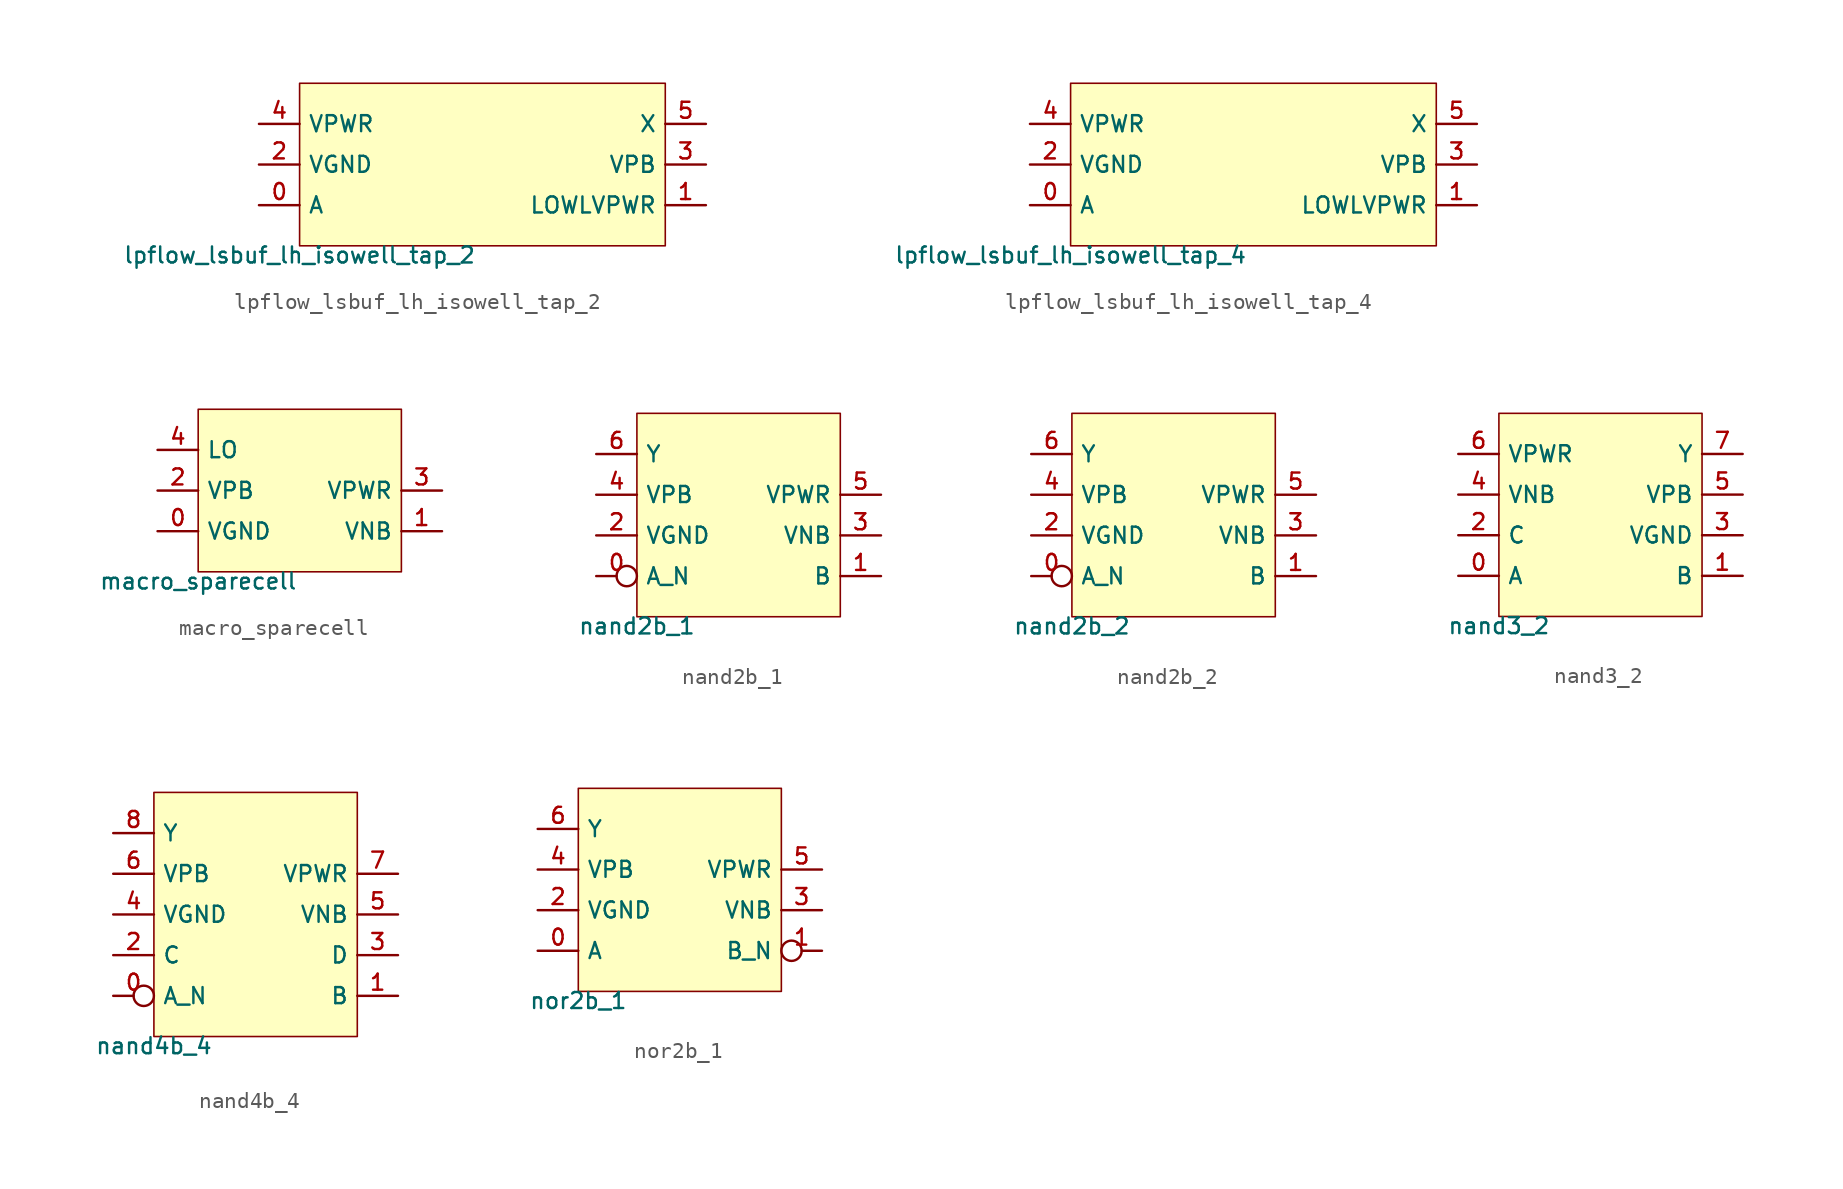
<source format=kicad_sym>
(kicad_symbol_lib
  (version 20211014)
  (generator pdk2kicad)
  (symbol "lpflow_lsbuf_lh_isowell_tap_2"
    (property "Reference" "X"
      (at 0 0 0)
      (effects (font (size 1 1)) hide))
    (property "Value" "lpflow_lsbuf_lh_isowell_tap_2"
      (at -11.43 -5.08 0)
      (effects (font (size 1 1)) (justify top)))
    (rectangle
      (start -11.43 -5.08)
      (end 11.43 5.08)
      (stroke (width 0.1) (type solid) (color 0 0 0 0))
      (fill (type background)))
    (pin bidirectional line
      (at -13.97 -2.54 0)
      (length 2.54)
      (name "A" (effects (font (size 1 1)) hide))
      (number "0" (effects (font (size 1 1)) hide)))
    (pin bidirectional line
      (at 13.97 -2.54 180)
      (length 2.54)
      (name "LOWLVPWR" (effects (font (size 1 1)) hide))
      (number "1" (effects (font (size 1 1)) hide)))
    (pin bidirectional line
      (at -13.97 0.0 0)
      (length 2.54)
      (name "VGND" (effects (font (size 1 1)) hide))
      (number "2" (effects (font (size 1 1)) hide)))
    (pin bidirectional line
      (at 13.97 0.0 180)
      (length 2.54)
      (name "VPB" (effects (font (size 1 1)) hide))
      (number "3" (effects (font (size 1 1)) hide)))
    (pin bidirectional line
      (at -13.97 2.54 0)
      (length 2.54)
      (name "VPWR" (effects (font (size 1 1)) hide))
      (number "4" (effects (font (size 1 1)) hide)))
    (pin bidirectional line
      (at 13.97 2.54 180)
      (length 2.54)
      (name "X" (effects (font (size 1 1)) hide))
      (number "5" (effects (font (size 1 1)) hide))))
  (symbol "lpflow_lsbuf_lh_isowell_tap_4"
    (property "Reference" "X"
      (at 0 0 0)
      (effects (font (size 1 1)) hide))
    (property "Value" "lpflow_lsbuf_lh_isowell_tap_4"
      (at -11.43 -5.08 0)
      (effects (font (size 1 1)) (justify top)))
    (rectangle
      (start -11.43 -5.08)
      (end 11.43 5.08)
      (stroke (width 0.1) (type solid) (color 0 0 0 0))
      (fill (type background)))
    (pin bidirectional line
      (at -13.97 -2.54 0)
      (length 2.54)
      (name "A" (effects (font (size 1 1)) hide))
      (number "0" (effects (font (size 1 1)) hide)))
    (pin bidirectional line
      (at 13.97 -2.54 180)
      (length 2.54)
      (name "LOWLVPWR" (effects (font (size 1 1)) hide))
      (number "1" (effects (font (size 1 1)) hide)))
    (pin bidirectional line
      (at -13.97 0.0 0)
      (length 2.54)
      (name "VGND" (effects (font (size 1 1)) hide))
      (number "2" (effects (font (size 1 1)) hide)))
    (pin bidirectional line
      (at 13.97 0.0 180)
      (length 2.54)
      (name "VPB" (effects (font (size 1 1)) hide))
      (number "3" (effects (font (size 1 1)) hide)))
    (pin bidirectional line
      (at -13.97 2.54 0)
      (length 2.54)
      (name "VPWR" (effects (font (size 1 1)) hide))
      (number "4" (effects (font (size 1 1)) hide)))
    (pin bidirectional line
      (at 13.97 2.54 180)
      (length 2.54)
      (name "X" (effects (font (size 1 1)) hide))
      (number "5" (effects (font (size 1 1)) hide))))
  (symbol "macro_sparecell"
    (property "Reference" "X"
      (at 0 0 0)
      (effects (font (size 1 1)) hide))
    (property "Value" "macro_sparecell"
      (at -6.35 -5.08 0)
      (effects (font (size 1 1)) (justify top)))
    (rectangle
      (start -6.35 -5.08)
      (end 6.35 5.08)
      (stroke (width 0.1) (type solid) (color 0 0 0 0))
      (fill (type background)))
    (pin bidirectional line
      (at -8.89 -2.54 0)
      (length 2.54)
      (name "VGND" (effects (font (size 1 1)) hide))
      (number "0" (effects (font (size 1 1)) hide)))
    (pin bidirectional line
      (at 8.89 -2.54 180)
      (length 2.54)
      (name "VNB" (effects (font (size 1 1)) hide))
      (number "1" (effects (font (size 1 1)) hide)))
    (pin bidirectional line
      (at -8.89 0.0 0)
      (length 2.54)
      (name "VPB" (effects (font (size 1 1)) hide))
      (number "2" (effects (font (size 1 1)) hide)))
    (pin bidirectional line
      (at 8.89 0.0 180)
      (length 2.54)
      (name "VPWR" (effects (font (size 1 1)) hide))
      (number "3" (effects (font (size 1 1)) hide)))
    (pin bidirectional line
      (at -8.89 2.54 0)
      (length 2.54)
      (name "LO" (effects (font (size 1 1)) hide))
      (number "4" (effects (font (size 1 1)) hide))))
  (symbol "nand2b_1"
    (property "Reference" "X"
      (at 0 0 0)
      (effects (font (size 1 1)) hide))
    (property "Value" "nand2b_1"
      (at -6.35 -6.35 0)
      (effects (font (size 1 1)) (justify top)))
    (rectangle
      (start -6.35 -6.35)
      (end 6.35 6.35)
      (stroke (width 0.1) (type solid) (color 0 0 0 0))
      (fill (type background)))
    (pin bidirectional inverted
      (at -8.89 -3.81 0)
      (length 2.54)
      (name "A_N" (effects (font (size 1 1)) hide))
      (number "0" (effects (font (size 1 1)) hide)))
    (pin bidirectional line
      (at 8.89 -3.81 180)
      (length 2.54)
      (name "B" (effects (font (size 1 1)) hide))
      (number "1" (effects (font (size 1 1)) hide)))
    (pin bidirectional line
      (at -8.89 -1.27 0)
      (length 2.54)
      (name "VGND" (effects (font (size 1 1)) hide))
      (number "2" (effects (font (size 1 1)) hide)))
    (pin bidirectional line
      (at 8.89 -1.27 180)
      (length 2.54)
      (name "VNB" (effects (font (size 1 1)) hide))
      (number "3" (effects (font (size 1 1)) hide)))
    (pin bidirectional line
      (at -8.89 1.27 0)
      (length 2.54)
      (name "VPB" (effects (font (size 1 1)) hide))
      (number "4" (effects (font (size 1 1)) hide)))
    (pin bidirectional line
      (at 8.89 1.27 180)
      (length 2.54)
      (name "VPWR" (effects (font (size 1 1)) hide))
      (number "5" (effects (font (size 1 1)) hide)))
    (pin bidirectional line
      (at -8.89 3.81 0)
      (length 2.54)
      (name "Y" (effects (font (size 1 1)) hide))
      (number "6" (effects (font (size 1 1)) hide))))
  (symbol "nand2b_2"
    (property "Reference" "X"
      (at 0 0 0)
      (effects (font (size 1 1)) hide))
    (property "Value" "nand2b_2"
      (at -6.35 -6.35 0)
      (effects (font (size 1 1)) (justify top)))
    (rectangle
      (start -6.35 -6.35)
      (end 6.35 6.35)
      (stroke (width 0.1) (type solid) (color 0 0 0 0))
      (fill (type background)))
    (pin bidirectional inverted
      (at -8.89 -3.81 0)
      (length 2.54)
      (name "A_N" (effects (font (size 1 1)) hide))
      (number "0" (effects (font (size 1 1)) hide)))
    (pin bidirectional line
      (at 8.89 -3.81 180)
      (length 2.54)
      (name "B" (effects (font (size 1 1)) hide))
      (number "1" (effects (font (size 1 1)) hide)))
    (pin bidirectional line
      (at -8.89 -1.27 0)
      (length 2.54)
      (name "VGND" (effects (font (size 1 1)) hide))
      (number "2" (effects (font (size 1 1)) hide)))
    (pin bidirectional line
      (at 8.89 -1.27 180)
      (length 2.54)
      (name "VNB" (effects (font (size 1 1)) hide))
      (number "3" (effects (font (size 1 1)) hide)))
    (pin bidirectional line
      (at -8.89 1.27 0)
      (length 2.54)
      (name "VPB" (effects (font (size 1 1)) hide))
      (number "4" (effects (font (size 1 1)) hide)))
    (pin bidirectional line
      (at 8.89 1.27 180)
      (length 2.54)
      (name "VPWR" (effects (font (size 1 1)) hide))
      (number "5" (effects (font (size 1 1)) hide)))
    (pin bidirectional line
      (at -8.89 3.81 0)
      (length 2.54)
      (name "Y" (effects (font (size 1 1)) hide))
      (number "6" (effects (font (size 1 1)) hide))))
  (symbol "nand3_2"
    (property "Reference" "X"
      (at 0 0 0)
      (effects (font (size 1 1)) hide))
    (property "Value" "nand3_2"
      (at -6.35 -6.35 0)
      (effects (font (size 1 1)) (justify top)))
    (rectangle
      (start -6.35 -6.35)
      (end 6.35 6.35)
      (stroke (width 0.1) (type solid) (color 0 0 0 0))
      (fill (type background)))
    (pin bidirectional line
      (at -8.89 -3.81 0)
      (length 2.54)
      (name "A" (effects (font (size 1 1)) hide))
      (number "0" (effects (font (size 1 1)) hide)))
    (pin bidirectional line
      (at 8.89 -3.81 180)
      (length 2.54)
      (name "B" (effects (font (size 1 1)) hide))
      (number "1" (effects (font (size 1 1)) hide)))
    (pin bidirectional line
      (at -8.89 -1.27 0)
      (length 2.54)
      (name "C" (effects (font (size 1 1)) hide))
      (number "2" (effects (font (size 1 1)) hide)))
    (pin bidirectional line
      (at 8.89 -1.27 180)
      (length 2.54)
      (name "VGND" (effects (font (size 1 1)) hide))
      (number "3" (effects (font (size 1 1)) hide)))
    (pin bidirectional line
      (at -8.89 1.27 0)
      (length 2.54)
      (name "VNB" (effects (font (size 1 1)) hide))
      (number "4" (effects (font (size 1 1)) hide)))
    (pin bidirectional line
      (at 8.89 1.27 180)
      (length 2.54)
      (name "VPB" (effects (font (size 1 1)) hide))
      (number "5" (effects (font (size 1 1)) hide)))
    (pin bidirectional line
      (at -8.89 3.81 0)
      (length 2.54)
      (name "VPWR" (effects (font (size 1 1)) hide))
      (number "6" (effects (font (size 1 1)) hide)))
    (pin bidirectional line
      (at 8.89 3.81 180)
      (length 2.54)
      (name "Y" (effects (font (size 1 1)) hide))
      (number "7" (effects (font (size 1 1)) hide))))
  (symbol "nand4b_4"
    (property "Reference" "X"
      (at 0 0 0)
      (effects (font (size 1 1)) hide))
    (property "Value" "nand4b_4"
      (at -6.35 -7.62 0)
      (effects (font (size 1 1)) (justify top)))
    (rectangle
      (start -6.35 -7.62)
      (end 6.35 7.62)
      (stroke (width 0.1) (type solid) (color 0 0 0 0))
      (fill (type background)))
    (pin bidirectional inverted
      (at -8.89 -5.08 0)
      (length 2.54)
      (name "A_N" (effects (font (size 1 1)) hide))
      (number "0" (effects (font (size 1 1)) hide)))
    (pin bidirectional line
      (at 8.89 -5.08 180)
      (length 2.54)
      (name "B" (effects (font (size 1 1)) hide))
      (number "1" (effects (font (size 1 1)) hide)))
    (pin bidirectional line
      (at -8.89 -2.54 0)
      (length 2.54)
      (name "C" (effects (font (size 1 1)) hide))
      (number "2" (effects (font (size 1 1)) hide)))
    (pin bidirectional line
      (at 8.89 -2.54 180)
      (length 2.54)
      (name "D" (effects (font (size 1 1)) hide))
      (number "3" (effects (font (size 1 1)) hide)))
    (pin bidirectional line
      (at -8.89 8.881784197001252e-16 0)
      (length 2.54)
      (name "VGND" (effects (font (size 1 1)) hide))
      (number "4" (effects (font (size 1 1)) hide)))
    (pin bidirectional line
      (at 8.89 8.881784197001252e-16 180)
      (length 2.54)
      (name "VNB" (effects (font (size 1 1)) hide))
      (number "5" (effects (font (size 1 1)) hide)))
    (pin bidirectional line
      (at -8.89 2.54 0)
      (length 2.54)
      (name "VPB" (effects (font (size 1 1)) hide))
      (number "6" (effects (font (size 1 1)) hide)))
    (pin bidirectional line
      (at 8.89 2.54 180)
      (length 2.54)
      (name "VPWR" (effects (font (size 1 1)) hide))
      (number "7" (effects (font (size 1 1)) hide)))
    (pin bidirectional line
      (at -8.89 5.08 0)
      (length 2.54)
      (name "Y" (effects (font (size 1 1)) hide))
      (number "8" (effects (font (size 1 1)) hide))))
  (symbol "nor2b_1"
    (property "Reference" "X"
      (at 0 0 0)
      (effects (font (size 1 1)) hide))
    (property "Value" "nor2b_1"
      (at -6.35 -6.35 0)
      (effects (font (size 1 1)) (justify top)))
    (rectangle
      (start -6.35 -6.35)
      (end 6.35 6.35)
      (stroke (width 0.1) (type solid) (color 0 0 0 0))
      (fill (type background)))
    (pin bidirectional line
      (at -8.89 -3.81 0)
      (length 2.54)
      (name "A" (effects (font (size 1 1)) hide))
      (number "0" (effects (font (size 1 1)) hide)))
    (pin bidirectional inverted
      (at 8.89 -3.81 180)
      (length 2.54)
      (name "B_N" (effects (font (size 1 1)) hide))
      (number "1" (effects (font (size 1 1)) hide)))
    (pin bidirectional line
      (at -8.89 -1.27 0)
      (length 2.54)
      (name "VGND" (effects (font (size 1 1)) hide))
      (number "2" (effects (font (size 1 1)) hide)))
    (pin bidirectional line
      (at 8.89 -1.27 180)
      (length 2.54)
      (name "VNB" (effects (font (size 1 1)) hide))
      (number "3" (effects (font (size 1 1)) hide)))
    (pin bidirectional line
      (at -8.89 1.27 0)
      (length 2.54)
      (name "VPB" (effects (font (size 1 1)) hide))
      (number "4" (effects (font (size 1 1)) hide)))
    (pin bidirectional line
      (at 8.89 1.27 180)
      (length 2.54)
      (name "VPWR" (effects (font (size 1 1)) hide))
      (number "5" (effects (font (size 1 1)) hide)))
    (pin bidirectional line
      (at -8.89 3.81 0)
      (length 2.54)
      (name "Y" (effects (font (size 1 1)) hide))
      (number "6" (effects (font (size 1 1)) hide)))))
</source>
